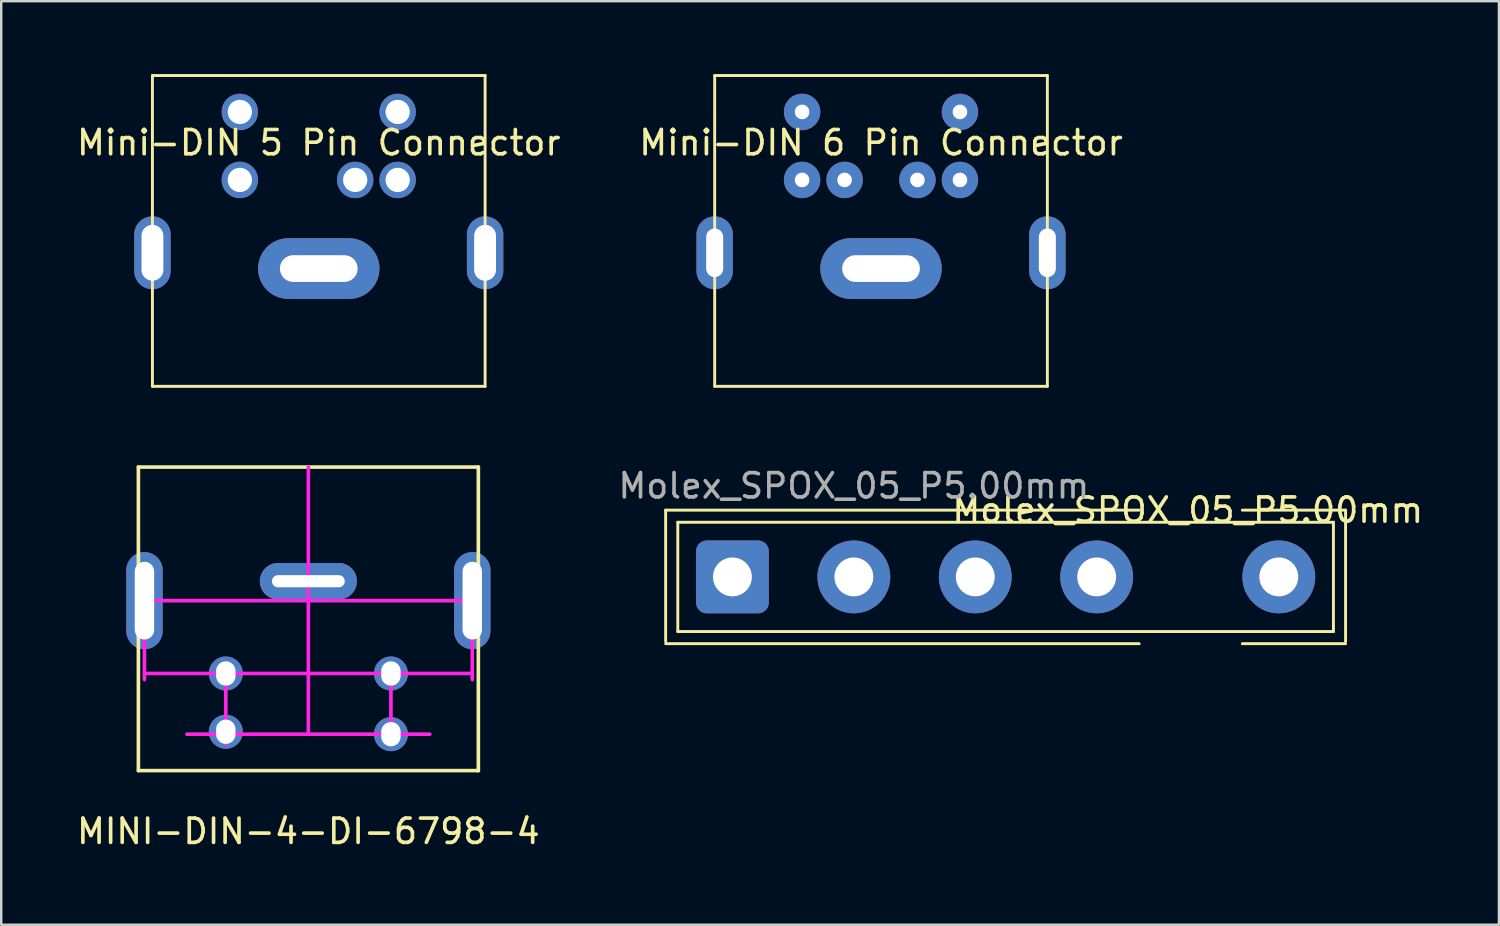
<source format=kicad_pcb>
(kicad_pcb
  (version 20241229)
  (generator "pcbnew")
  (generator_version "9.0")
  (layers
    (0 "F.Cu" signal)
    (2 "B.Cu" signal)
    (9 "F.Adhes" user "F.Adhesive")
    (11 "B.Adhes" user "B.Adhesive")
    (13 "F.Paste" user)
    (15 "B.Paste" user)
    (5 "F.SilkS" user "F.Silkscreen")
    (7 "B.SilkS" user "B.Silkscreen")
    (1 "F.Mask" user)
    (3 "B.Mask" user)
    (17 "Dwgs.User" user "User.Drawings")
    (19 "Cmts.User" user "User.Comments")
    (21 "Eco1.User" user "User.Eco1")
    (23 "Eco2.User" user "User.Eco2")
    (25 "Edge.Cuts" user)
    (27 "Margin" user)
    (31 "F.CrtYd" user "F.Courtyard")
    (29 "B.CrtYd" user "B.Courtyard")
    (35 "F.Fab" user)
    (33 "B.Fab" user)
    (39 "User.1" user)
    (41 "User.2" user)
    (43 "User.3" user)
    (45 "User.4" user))
  (footprint "Mini-DIN 6 Pin Connector"
    (layer "F.Cu")
    (at 33.232 12.86)
    (property "Reference" "Mini-DIN 6 Pin Connector" (at 0 -10.033 0) (unlocked yes) (layer "F.SilkS") (effects (font (size 1 1) (thickness 0.15))))
    (attr through_hole)
    (fp_line (start -6.85 -12.8) (end 6.85 -12.8) (stroke (width 0.12) (type solid)) (layer "F.SilkS"))
    (fp_line (start -6.85 0) (end -6.85 -12.8) (stroke (width 0.12) (type solid)) (layer "F.SilkS"))
    (fp_line (start -6.85 0) (end 6.85 0) (stroke (width 0.12) (type solid)) (layer "F.SilkS"))
    (fp_line (start 6.85 0) (end 6.85 -12.8) (stroke (width 0.12) (type solid)) (layer "F.SilkS"))
    (pad "" thru_hole oval (at -6.85 -5.5) (size 1.5 3) (drill oval 0.7 2) (layers "*.Cu" "*.Mask"))
    (pad "" thru_hole oval (at 0 -4.85) (size 5 2.5) (drill oval 3.2 1.1) (layers "*.Cu" "*.Mask"))
    (pad "" thru_hole oval (at 6.85 -5.5) (size 1.5 3) (drill oval 0.7 2) (layers "*.Cu" "*.Mask"))
    (pad "1" thru_hole circle (at 1.5 -8.5) (size 1.5 1.5) (drill 0.6) (layers "*.Cu" "*.Mask"))
    (pad "2" thru_hole circle (at -1.5 -8.5) (size 1.5 1.5) (drill 0.6) (layers "*.Cu" "*.Mask"))
    (pad "3" thru_hole circle (at 3.25 -8.5) (size 1.5 1.5) (drill 0.6) (layers "*.Cu" "*.Mask"))
    (pad "4" thru_hole circle (at -3.25 -8.5) (size 1.5 1.5) (drill 0.6) (layers "*.Cu" "*.Mask"))
    (pad "5" thru_hole circle (at 3.25 -11.3) (size 1.5 1.5) (drill 0.6) (layers "*.Cu" "*.Mask"))
    (pad "6" thru_hole circle (at -3.25 -11.3) (size 1.5 1.5) (drill 0.6) (layers "*.Cu" "*.Mask")))
  (footprint "MINI-DIN-4-DI-6798-4"
    (layer "F.Cu")
    (at 9.649 24.685)
    (property "Reference" "MINI-DIN-4-DI-6798-4" (at 0 6.5 0) (layer "F.SilkS") (effects (font (size 1 1) (thickness 0.15))))
    (attr through_hole)
    (fp_line (start -7 -8.5) (end -7 4) (stroke (width 0.15) (type solid)) (layer "F.SilkS"))
    (fp_line (start -7 -8.5) (end 7 -8.5) (stroke (width 0.15) (type solid)) (layer "F.SilkS"))
    (fp_line (start -7 4) (end 7 4) (stroke (width 0.15) (type solid)) (layer "F.SilkS"))
    (fp_line (start 7 -8.5) (end 7 4) (stroke (width 0.15) (type solid)) (layer "F.SilkS"))
    (fp_line (start -7 -3) (end 7 -3) (stroke (width 0.15) (type solid)) (layer "F.CrtYd"))
    (fp_line (start -6.75 -3.5) (end -6.75 0.25) (stroke (width 0.15) (type solid)) (layer "F.CrtYd"))
    (fp_line (start -5 2.5) (end 5 2.5) (stroke (width 0.15) (type solid)) (layer "F.CrtYd"))
    (fp_line (start -3.4 -0.4) (end -3.4 2.9) (stroke (width 0.15) (type solid)) (layer "F.CrtYd"))
    (fp_line (start -1 -3.8) (end 1 -3.8) (stroke (width 0.15) (type solid)) (layer "F.CrtYd"))
    (fp_line (start 0 0) (end -6.75 0) (stroke (width 0.15) (type solid)) (layer "F.CrtYd"))
    (fp_line (start 0 0) (end 6.75 0) (stroke (width 0.15) (type solid)) (layer "F.CrtYd"))
    (fp_line (start 0 2.5) (end 0 -8.5) (stroke (width 0.15) (type solid)) (layer "F.CrtYd"))
    (fp_line (start 3.4 -0.4) (end 3.4 2.9) (stroke (width 0.15) (type solid)) (layer "F.CrtYd"))
    (fp_line (start 6.75 -3.5) (end 6.75 0.25) (stroke (width 0.15) (type solid)) (layer "F.CrtYd"))
    (pad "" thru_hole oval (at -6.75 -3) (size 1.5 4) (drill oval 0.8 3.2) (layers "*.Cu" "*.Mask"))
    (pad "" thru_hole oval (at 0 -3.8) (size 4 1.5) (drill oval 3 0.5) (layers "*.Cu" "*.Mask"))
    (pad "" thru_hole oval (at 6.75 -3) (size 1.5 4) (drill oval 0.8 3.2) (layers "*.Cu" "*.Mask"))
    (pad "1" thru_hole oval (at -3.4 0) (size 1.4 1.4) (drill oval 0.8 1) (layers "*.Cu" "*.Mask"))
    (pad "2" thru_hole oval (at 3.4 0) (size 1.4 1.4) (drill oval 0.8 1) (layers "*.Cu" "*.Mask"))
    (pad "3" thru_hole oval (at -3.4 2.4) (size 1.4 1.4) (drill oval 0.8 1) (layers "*.Cu" "*.Mask"))
    (pad "4" thru_hole oval (at 3.4 2.5) (size 1.4 1.4) (drill oval 0.8 1) (layers "*.Cu" "*.Mask")))
  (footprint "Mini-DIN 5 Pin Connector"
    (layer "F.Cu")
    (at 10.077 12.86)
    (property "Reference" "Mini-DIN 5 Pin Connector" (at 0 -10.033 0) (unlocked yes) (layer "F.SilkS") (effects (font (size 1 1) (thickness 0.15))))
    (attr through_hole)
    (fp_line (start -6.85 -12.8) (end 6.85 -12.8) (stroke (width 0.12) (type solid)) (layer "F.SilkS"))
    (fp_line (start -6.85 0) (end -6.85 -12.8) (stroke (width 0.12) (type solid)) (layer "F.SilkS"))
    (fp_line (start -6.85 0) (end 6.85 0) (stroke (width 0.12) (type solid)) (layer "F.SilkS"))
    (fp_line (start 6.85 0) (end 6.85 -12.8) (stroke (width 0.12) (type solid)) (layer "F.SilkS"))
    (pad "" thru_hole oval (at -6.85 -5.5) (size 1.5 3) (drill oval 0.9 2.3) (layers "*.Cu" "*.Mask"))
    (pad "" thru_hole oval (at 0 -4.85) (size 5 2.5) (drill oval 3.2 1.1) (layers "*.Cu" "*.Mask"))
    (pad "" thru_hole oval (at 6.85 -5.5) (size 1.5 3) (drill oval 0.9 2.3) (layers "*.Cu" "*.Mask"))
    (pad "1" thru_hole circle (at 1.5 -8.5) (size 1.5 1.5) (drill 1) (layers "*.Cu" "*.Mask"))
    (pad "2" thru_hole circle (at 3.25 -8.5) (size 1.5 1.5) (drill 1) (layers "*.Cu" "*.Mask"))
    (pad "3" thru_hole circle (at -3.25 -8.5) (size 1.5 1.5) (drill 1) (layers "*.Cu" "*.Mask"))
    (pad "4" thru_hole circle (at 3.25 -11.3) (size 1.5 1.5) (drill 1) (layers "*.Cu" "*.Mask"))
    (pad "5" thru_hole circle (at -3.25 -11.3) (size 1.5 1.5) (drill 1) (layers "*.Cu" "*.Mask")))
  (footprint "Molex_SPOX_05_P5.00mm"
    (layer "F.Cu")
    (at 27.113 20.708)
    (property "Reference" "Molex_SPOX_05_P5.00mm" (at 18.75 -2.75 0) (layer "F.SilkS") (effects (font (size 1 1) (thickness 0.15))))
    (attr through_hole)
    (fp_line (start -2.75 -2.75) (end -2.75 2.66) (stroke (width 0.12) (type solid)) (layer "F.SilkS"))
    (fp_line (start -2.75 -2.75) (end 16.75 -2.75) (stroke (width 0.12) (type solid)) (layer "F.SilkS"))
    (fp_line (start -2.75 2.75) (end 16.75 2.75) (stroke (width 0.12) (type solid)) (layer "F.SilkS"))
    (fp_line (start -2.25 -2.25) (end -2.25 2.25) (stroke (width 0.12) (type solid)) (layer "F.SilkS"))
    (fp_line (start -2.25 2.25) (end 24.75 2.25) (stroke (width 0.12) (type solid)) (layer "F.SilkS"))
    (fp_line (start 21 -2.75) (end 25.25 -2.75) (stroke (width 0.12) (type solid)) (layer "F.SilkS"))
    (fp_line (start 21 2.75) (end 25.25 2.75) (stroke (width 0.12) (type solid)) (layer "F.SilkS"))
    (fp_line (start 24.75 -2.25) (end -2.25 -2.25) (stroke (width 0.12) (type solid)) (layer "F.SilkS"))
    (fp_line (start 24.75 2.25) (end 24.75 -2.25) (stroke (width 0.12) (type solid)) (layer "F.SilkS"))
    (fp_line (start 25.25 -2.75) (end 25.25 2.66) (stroke (width 0.12) (type solid)) (layer "F.SilkS"))
    (fp_text user "${REFERENCE}" (at 5 -3.75 0) (layer "F.Fab") (effects (font (size 1 1) (thickness 0.15))))
    (pad "1" thru_hole roundrect (at 0 0) (size 3 3) (drill 1.6) (layers "*.Cu" "*.Mask") (roundrect_rratio 0.147))
    (pad "2" thru_hole oval (at 5 0) (size 3 3) (drill 1.6) (layers "*.Cu" "*.Mask"))
    (pad "3" thru_hole oval (at 10 0) (size 3 3) (drill 1.6) (layers "*.Cu" "*.Mask"))
    (pad "4" thru_hole oval (at 15 0) (size 3 3) (drill 1.6) (layers "*.Cu" "*.Mask"))
    (pad "5" thru_hole oval (at 22.5 0) (size 3 3) (drill 1.6) (layers "*.Cu" "*.Mask")))
  (gr_rect
    (start -3 -3)
    (end 58.679 35.033)
    (stroke (width 0.1) (type default))
    (fill no)
    (layer "Edge.Cuts")))
</source>
